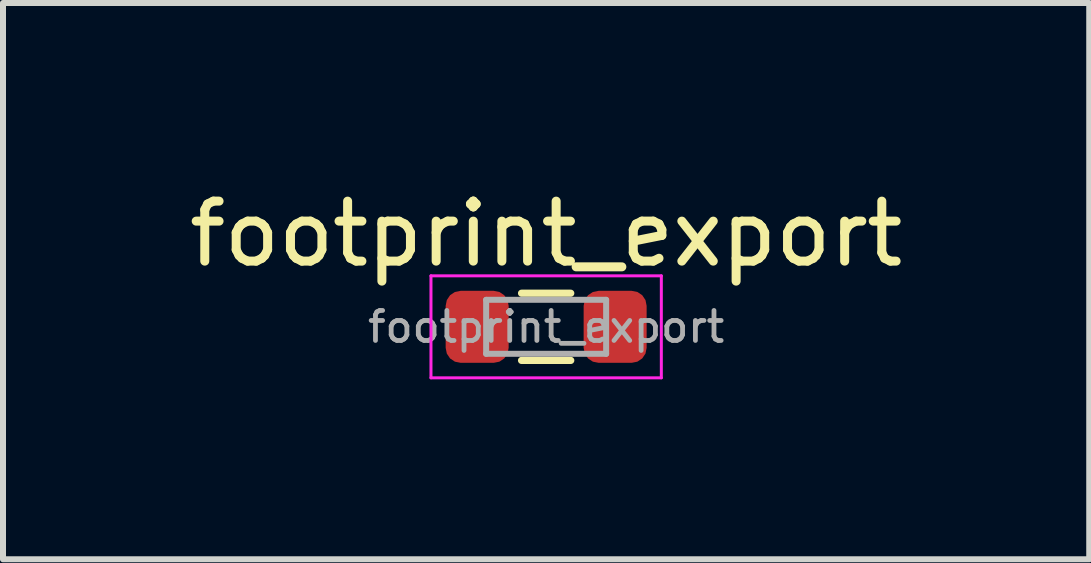
<source format=kicad_pcb>
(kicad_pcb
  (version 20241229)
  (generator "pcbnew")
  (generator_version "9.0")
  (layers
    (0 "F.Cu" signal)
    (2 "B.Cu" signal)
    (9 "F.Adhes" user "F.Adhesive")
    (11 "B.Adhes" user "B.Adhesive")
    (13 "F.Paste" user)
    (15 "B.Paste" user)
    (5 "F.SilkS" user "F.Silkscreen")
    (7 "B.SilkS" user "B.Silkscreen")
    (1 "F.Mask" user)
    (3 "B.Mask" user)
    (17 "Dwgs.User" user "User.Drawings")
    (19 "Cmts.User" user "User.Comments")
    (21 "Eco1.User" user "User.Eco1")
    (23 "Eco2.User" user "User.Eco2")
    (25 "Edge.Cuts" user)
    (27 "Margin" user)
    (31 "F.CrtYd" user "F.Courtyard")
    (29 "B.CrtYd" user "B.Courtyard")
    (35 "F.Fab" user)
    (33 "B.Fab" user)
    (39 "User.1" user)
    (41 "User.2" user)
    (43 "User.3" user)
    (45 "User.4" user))
  (footprint "footprint_export"
    (layer "F.Cu")
    (at 6.054 2.398)
    (property "Reference" "footprint_export" (at 0 -1.55 0) (layer "F.SilkS") (effects (font (size 1 1) (thickness 0.15))))
    (attr smd)
    (fp_line (start -0.41 -0.56) (end 0.41 -0.56) (stroke (width 0.12) (type solid)) (layer "F.SilkS"))
    (fp_line (start -0.41 0.56) (end 0.41 0.56) (stroke (width 0.12) (type solid)) (layer "F.SilkS"))
    (fp_line (start -1.92 -0.85) (end 1.92 -0.85) (stroke (width 0.05) (type solid)) (layer "F.CrtYd"))
    (fp_line (start -1.92 0.85) (end -1.92 -0.85) (stroke (width 0.05) (type solid)) (layer "F.CrtYd"))
    (fp_line (start 1.92 -0.85) (end 1.92 0.85) (stroke (width 0.05) (type solid)) (layer "F.CrtYd"))
    (fp_line (start 1.92 0.85) (end -1.92 0.85) (stroke (width 0.05) (type solid)) (layer "F.CrtYd"))
    (fp_line (start -1 -0.45) (end 1 -0.45) (stroke (width 0.1) (type solid)) (layer "F.Fab"))
    (fp_line (start -1 0.45) (end -1 -0.45) (stroke (width 0.1) (type solid)) (layer "F.Fab"))
    (fp_line (start 1 -0.45) (end 1 0.45) (stroke (width 0.1) (type solid)) (layer "F.Fab"))
    (fp_line (start 1 0.45) (end -1 0.45) (stroke (width 0.1) (type solid)) (layer "F.Fab"))
    (fp_text user "${REFERENCE}" (at 0 0 0) (layer "F.Fab") (effects (font (size 0.5 0.5) (thickness 0.08))))
    (pad "1" smd roundrect (at -1.15 0) (size 1.05 1.2) (layers "F.Cu" "F.Mask" "F.Paste") (roundrect_rratio 0.238))
    (pad "2" smd roundrect (at 1.15 0) (size 1.05 1.2) (layers "F.Cu" "F.Mask" "F.Paste") (roundrect_rratio 0.238)))
  (gr_rect
    (start -3 -3)
    (end 15.107 6.273)
    (stroke (width 0.1) (type default))
    (fill no)
    (layer "Edge.Cuts")))
</source>
